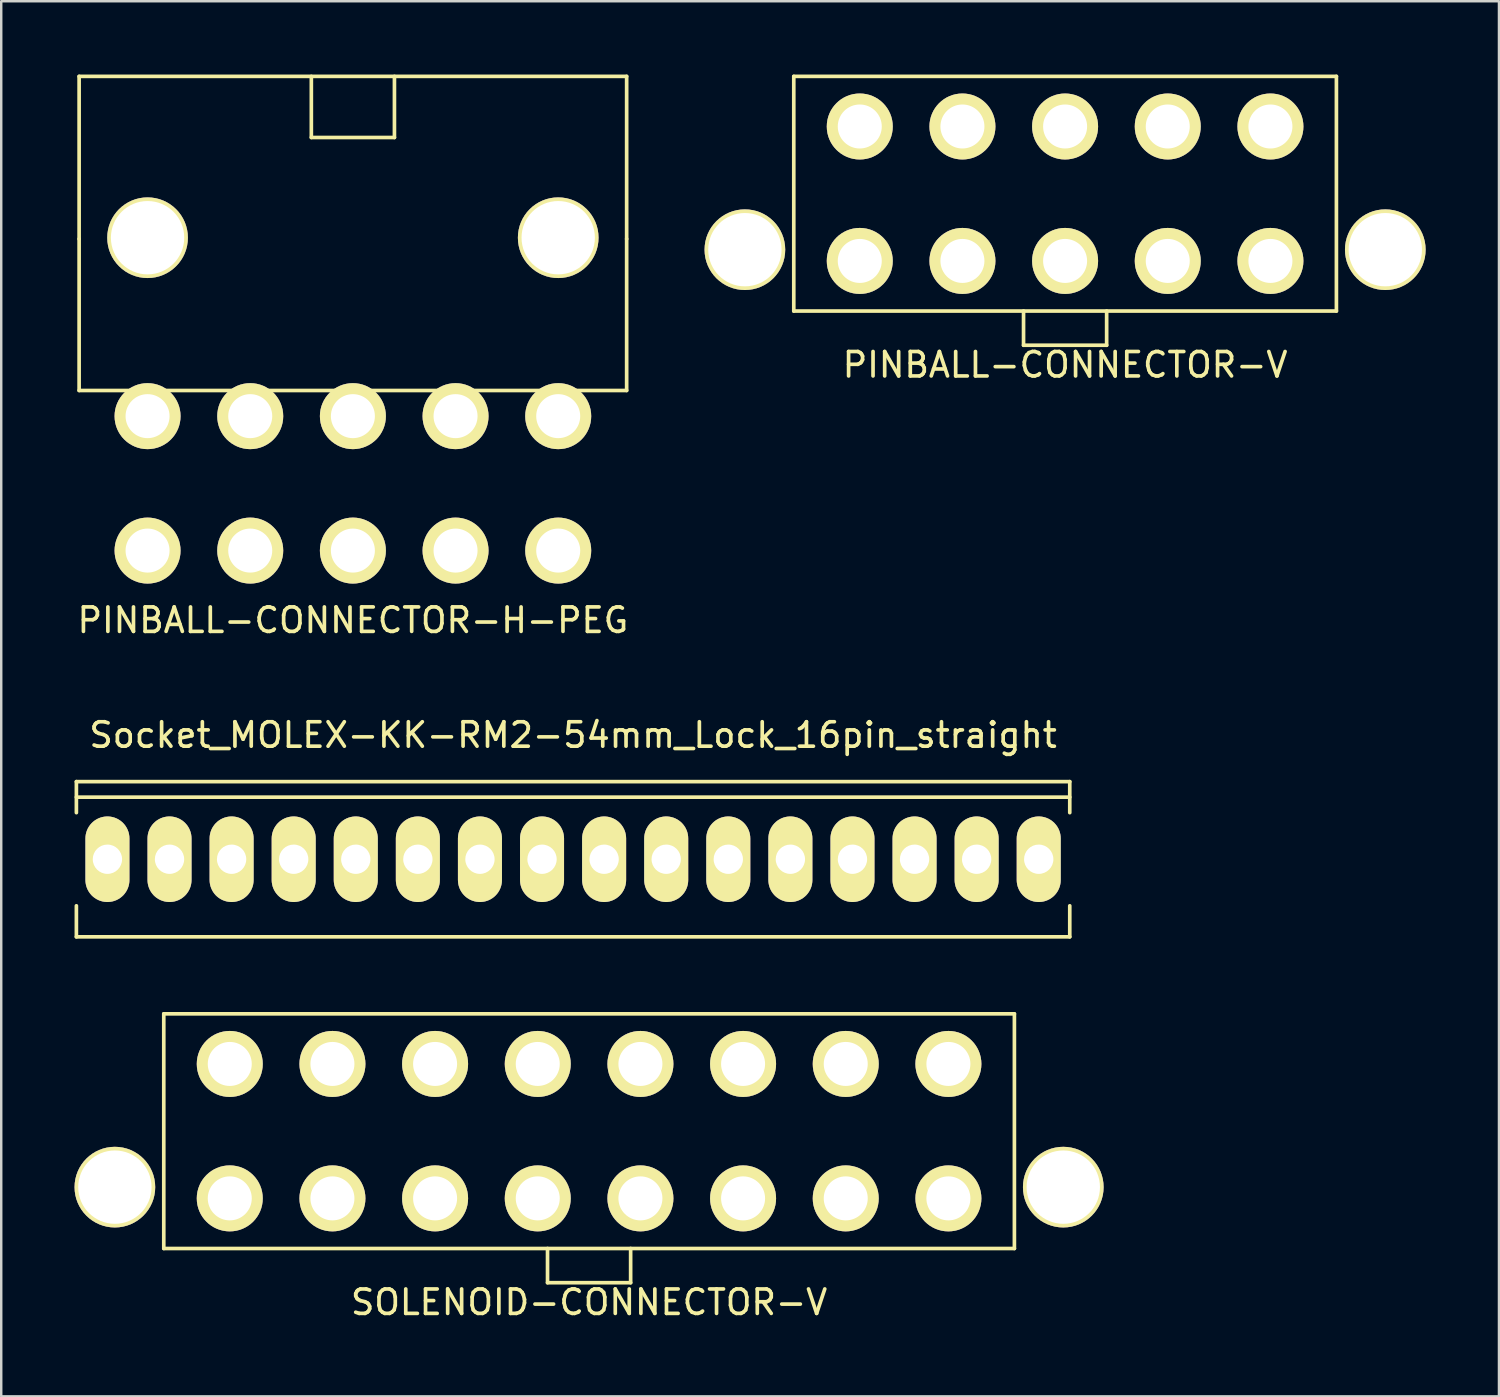
<source format=kicad_pcb>
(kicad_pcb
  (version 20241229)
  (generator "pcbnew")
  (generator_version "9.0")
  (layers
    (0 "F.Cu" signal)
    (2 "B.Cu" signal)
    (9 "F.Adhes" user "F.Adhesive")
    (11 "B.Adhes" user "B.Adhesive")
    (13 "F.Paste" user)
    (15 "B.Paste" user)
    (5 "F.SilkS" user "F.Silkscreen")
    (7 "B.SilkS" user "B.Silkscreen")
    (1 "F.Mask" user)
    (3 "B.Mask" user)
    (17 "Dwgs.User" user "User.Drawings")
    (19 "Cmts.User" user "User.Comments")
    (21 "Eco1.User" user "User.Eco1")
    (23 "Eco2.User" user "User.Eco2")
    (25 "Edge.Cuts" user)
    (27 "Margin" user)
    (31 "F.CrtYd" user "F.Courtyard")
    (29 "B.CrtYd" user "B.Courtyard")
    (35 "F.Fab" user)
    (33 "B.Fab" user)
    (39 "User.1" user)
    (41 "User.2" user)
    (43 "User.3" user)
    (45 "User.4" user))
  (footprint "PINBALL-CONNECTOR-V"
    (layer "F.Cu")
    (at 40.524 4.875)
    (property "Reference" "PINBALL-CONNECTOR-V" (at 0 7 0) (layer "F.SilkS") (effects (font (size 1 1) (thickness 0.15))))
    (attr through_hole)
    (fp_line (start -11.1 -4.8) (end 11.1 -4.8) (stroke (width 0.15) (type solid)) (layer "F.SilkS"))
    (fp_line (start -11.1 4.8) (end -11.1 -4.8) (stroke (width 0.15) (type solid)) (layer "F.SilkS"))
    (fp_line (start -1.7 4.8) (end -1.7 6.2) (stroke (width 0.15) (type solid)) (layer "F.SilkS"))
    (fp_line (start -1.7 6.2) (end 1.7 6.2) (stroke (width 0.15) (type solid)) (layer "F.SilkS"))
    (fp_line (start 1.7 6.2) (end 1.7 4.8) (stroke (width 0.15) (type solid)) (layer "F.SilkS"))
    (fp_line (start 11.1 -4.8) (end 11.1 4.8) (stroke (width 0.15) (type solid)) (layer "F.SilkS"))
    (fp_line (start 11.1 4.8) (end -11.1 4.8) (stroke (width 0.15) (type solid)) (layer "F.SilkS"))
    (pad "" np_thru_hole circle (at -13.1 2.29 180) (size 3.3 3.3) (drill 3) (layers "*.Cu" "*.Mask" "F.SilkS"))
    (pad "" np_thru_hole circle (at 13.1 2.29 180) (size 3.3 3.3) (drill 3) (layers "*.Cu" "*.Mask" "F.SilkS"))
    (pad "1" thru_hole circle (at -8.4 -2.75 180) (size 2.7 2.7) (drill 1.8) (layers "*.Cu" "*.Mask" "F.SilkS"))
    (pad "2" thru_hole circle (at -4.2 -2.75 180) (size 2.7 2.7) (drill 1.8) (layers "*.Cu" "*.Mask" "F.SilkS"))
    (pad "3" thru_hole circle (at 0 -2.75 180) (size 2.7 2.7) (drill 1.8) (layers "*.Cu" "*.Mask" "F.SilkS"))
    (pad "4" thru_hole circle (at 4.2 -2.75 180) (size 2.7 2.7) (drill 1.8) (layers "*.Cu" "*.Mask" "F.SilkS"))
    (pad "5" thru_hole circle (at 8.4 -2.75 180) (size 2.7 2.7) (drill 1.8) (layers "*.Cu" "*.Mask" "F.SilkS"))
    (pad "6" thru_hole circle (at -8.4 2.75 180) (size 2.7 2.7) (drill 1.8) (layers "*.Cu" "*.Mask" "F.SilkS"))
    (pad "7" thru_hole circle (at -4.2 2.75 180) (size 2.7 2.7) (drill 1.8) (layers "*.Cu" "*.Mask" "F.SilkS"))
    (pad "8" thru_hole circle (at 0 2.75 180) (size 2.7 2.7) (drill 1.8) (layers "*.Cu" "*.Mask" "F.SilkS"))
    (pad "9" thru_hole circle (at 4.2 2.75 180) (size 2.7 2.7) (drill 1.8) (layers "*.Cu" "*.Mask" "F.SilkS"))
    (pad "10" thru_hole circle (at 8.4 2.75 180) (size 2.7 2.7) (drill 1.8) (layers "*.Cu" "*.Mask" "F.SilkS")))
  (footprint "SOLENOID-CONNECTOR-V"
    (layer "F.Cu")
    (at 21.05 43.227)
    (property "Reference" "SOLENOID-CONNECTOR-V" (at 0 7 0) (layer "F.SilkS") (effects (font (size 1 1) (thickness 0.15))))
    (attr through_hole)
    (fp_line (start -17.4 -4.8) (end 17.4 -4.8) (stroke (width 0.15) (type solid)) (layer "F.SilkS"))
    (fp_line (start -17.4 4.8) (end -17.4 -4.8) (stroke (width 0.15) (type solid)) (layer "F.SilkS"))
    (fp_line (start -1.7 4.8) (end -1.7 6.2) (stroke (width 0.15) (type solid)) (layer "F.SilkS"))
    (fp_line (start -1.7 6.2) (end 1.7 6.2) (stroke (width 0.15) (type solid)) (layer "F.SilkS"))
    (fp_line (start 1.7 6.2) (end 1.7 4.8) (stroke (width 0.15) (type solid)) (layer "F.SilkS"))
    (fp_line (start 17.4 -4.8) (end 17.4 4.8) (stroke (width 0.15) (type solid)) (layer "F.SilkS"))
    (fp_line (start 17.4 4.8) (end -17.4 4.8) (stroke (width 0.15) (type solid)) (layer "F.SilkS"))
    (pad "" np_thru_hole circle (at -19.4 2.29 180) (size 3.3 3.3) (drill 3) (layers "*.Cu" "*.Mask" "F.SilkS"))
    (pad "" np_thru_hole circle (at 19.4 2.29 180) (size 3.3 3.3) (drill 3) (layers "*.Cu" "*.Mask" "F.SilkS"))
    (pad "1" thru_hole circle (at -14.7 -2.75 180) (size 2.7 2.7) (drill 1.8) (layers "*.Cu" "*.Mask" "F.SilkS"))
    (pad "2" thru_hole circle (at -10.5 -2.75 180) (size 2.7 2.7) (drill 1.8) (layers "*.Cu" "*.Mask" "F.SilkS"))
    (pad "3" thru_hole circle (at -6.3 -2.75 180) (size 2.7 2.7) (drill 1.8) (layers "*.Cu" "*.Mask" "F.SilkS"))
    (pad "4" thru_hole circle (at -2.1 -2.75 180) (size 2.7 2.7) (drill 1.8) (layers "*.Cu" "*.Mask" "F.SilkS"))
    (pad "5" thru_hole circle (at 2.1 -2.75 180) (size 2.7 2.7) (drill 1.8) (layers "*.Cu" "*.Mask" "F.SilkS"))
    (pad "6" thru_hole circle (at 6.3 -2.75 180) (size 2.7 2.7) (drill 1.8) (layers "*.Cu" "*.Mask" "F.SilkS"))
    (pad "7" thru_hole circle (at 10.5 -2.75 180) (size 2.7 2.7) (drill 1.8) (layers "*.Cu" "*.Mask" "F.SilkS"))
    (pad "8" thru_hole circle (at 14.7 -2.75 180) (size 2.7 2.7) (drill 1.8) (layers "*.Cu" "*.Mask" "F.SilkS"))
    (pad "9" thru_hole circle (at -14.7 2.75 180) (size 2.7 2.7) (drill 1.8) (layers "*.Cu" "*.Mask" "F.SilkS"))
    (pad "10" thru_hole circle (at -10.5 2.75 180) (size 2.7 2.7) (drill 1.8) (layers "*.Cu" "*.Mask" "F.SilkS"))
    (pad "11" thru_hole circle (at -6.3 2.75 180) (size 2.7 2.7) (drill 1.8) (layers "*.Cu" "*.Mask" "F.SilkS"))
    (pad "12" thru_hole circle (at -2.1 2.75 180) (size 2.7 2.7) (drill 1.8) (layers "*.Cu" "*.Mask" "F.SilkS"))
    (pad "13" thru_hole circle (at 2.1 2.75 180) (size 2.7 2.7) (drill 1.8) (layers "*.Cu" "*.Mask" "F.SilkS"))
    (pad "14" thru_hole circle (at 6.3 2.75 180) (size 2.7 2.7) (drill 1.8) (layers "*.Cu" "*.Mask" "F.SilkS"))
    (pad "15" thru_hole circle (at 10.5 2.75 180) (size 2.7 2.7) (drill 1.8) (layers "*.Cu" "*.Mask" "F.SilkS"))
    (pad "16" thru_hole circle (at 14.7 2.75 180) (size 2.7 2.7) (drill 1.8) (layers "*.Cu" "*.Mask" "F.SilkS")))
  (footprint "PINBALL-CONNECTOR-H-PEG"
    (layer "F.Cu")
    (at 11.387 9.825)
    (property "Reference" "PINBALL-CONNECTOR-H-PEG" (at 0 12.5 0) (layer "F.SilkS") (effects (font (size 1 1) (thickness 0.15))))
    (attr through_hole)
    (fp_line (start -11.2 -9.75) (end 11.2 -9.75) (stroke (width 0.15) (type solid)) (layer "F.SilkS"))
    (fp_line (start -11.2 -3.1) (end -11.2 -9.75) (stroke (width 0.15) (type solid)) (layer "F.SilkS"))
    (fp_line (start -11.2 -3.1) (end -11.2 3.1) (stroke (width 0.15) (type solid)) (layer "F.SilkS"))
    (fp_line (start -11.2 3.1) (end 11.2 3.1) (stroke (width 0.15) (type solid)) (layer "F.SilkS"))
    (fp_line (start -1.7 -9.75) (end -1.7 -7.25) (stroke (width 0.15) (type solid)) (layer "F.SilkS"))
    (fp_line (start -1.7 -7.25) (end 1.7 -7.25) (stroke (width 0.15) (type solid)) (layer "F.SilkS"))
    (fp_line (start 1.7 -9.75) (end 1.7 -7.25) (stroke (width 0.15) (type solid)) (layer "F.SilkS"))
    (fp_line (start 11.2 -9.75) (end 11.2 -3.1) (stroke (width 0.15) (type solid)) (layer "F.SilkS"))
    (fp_line (start 11.2 3.1) (end 11.2 -3.1) (stroke (width 0.15) (type solid)) (layer "F.SilkS"))
    (pad "" np_thru_hole circle (at -8.4 -3.15 180) (size 3.3 3.3) (drill 3) (layers "*.Cu" "*.Mask" "F.SilkS"))
    (pad "" np_thru_hole circle (at 8.4 -3.15 180) (size 3.3 3.3) (drill 3) (layers "*.Cu" "*.Mask" "F.SilkS"))
    (pad "1" thru_hole circle (at -8.4 4.15 180) (size 2.7 2.7) (drill 1.8) (layers "*.Cu" "*.Mask" "F.SilkS"))
    (pad "2" thru_hole circle (at -4.2 4.15 180) (size 2.7 2.7) (drill 1.8) (layers "*.Cu" "*.Mask" "F.SilkS"))
    (pad "3" thru_hole circle (at 0 4.15 180) (size 2.7 2.7) (drill 1.8) (layers "*.Cu" "*.Mask" "F.SilkS"))
    (pad "4" thru_hole circle (at 4.2 4.15 180) (size 2.7 2.7) (drill 1.8) (layers "*.Cu" "*.Mask" "F.SilkS"))
    (pad "5" thru_hole circle (at 8.4 4.15 180) (size 2.7 2.7) (drill 1.8) (layers "*.Cu" "*.Mask" "F.SilkS"))
    (pad "6" thru_hole circle (at -8.4 9.65 180) (size 2.7 2.7) (drill 1.8) (layers "*.Cu" "*.Mask" "F.SilkS"))
    (pad "7" thru_hole circle (at -4.2 9.65 180) (size 2.7 2.7) (drill 1.8) (layers "*.Cu" "*.Mask" "F.SilkS"))
    (pad "8" thru_hole circle (at 0 9.65 180) (size 2.7 2.7) (drill 1.8) (layers "*.Cu" "*.Mask" "F.SilkS"))
    (pad "9" thru_hole circle (at 4.2 9.65 180) (size 2.7 2.7) (drill 1.8) (layers "*.Cu" "*.Mask" "F.SilkS"))
    (pad "10" thru_hole circle (at 8.4 9.65 180) (size 2.7 2.7) (drill 1.8) (layers "*.Cu" "*.Mask" "F.SilkS")))
  (footprint "Socket_MOLEX-KK-RM2-54mm_Lock_16pin_straight"
    (layer "F.Cu")
    (at 20.395 32.102)
    (property "Reference" "Socket_MOLEX-KK-RM2-54mm_Lock_16pin_straight" (at 0 -5.08 0) (layer "F.SilkS") (effects (font (size 1 1) (thickness 0.15))))
    (attr through_hole)
    (fp_line (start -20.32 -2.54) (end 20.32 -2.54) (stroke (width 0.15) (type solid)) (layer "F.SilkS"))
    (fp_line (start -20.32 -1.905) (end -20.32 -3.175) (stroke (width 0.15) (type solid)) (layer "F.SilkS"))
    (fp_line (start -20.32 3.175) (end -20.32 1.905) (stroke (width 0.15) (type solid)) (layer "F.SilkS"))
    (fp_line (start -20.32 3.175) (end 20.32 3.175) (stroke (width 0.15) (type solid)) (layer "F.SilkS"))
    (fp_line (start 20.32 -3.175) (end -20.32 -3.175) (stroke (width 0.15) (type solid)) (layer "F.SilkS"))
    (fp_line (start 20.32 -3.175) (end 20.32 -1.905) (stroke (width 0.15) (type solid)) (layer "F.SilkS"))
    (fp_line (start 20.32 3.175) (end 20.32 1.905) (stroke (width 0.15) (type solid)) (layer "F.SilkS"))
    (pad "1" thru_hole oval (at -19.05 0) (size 1.801 3.5) (drill 1.199) (layers "*.Cu" "*.Mask" "F.SilkS"))
    (pad "2" thru_hole oval (at -16.51 0) (size 1.801 3.5) (drill 1.199) (layers "*.Cu" "*.Mask" "F.SilkS"))
    (pad "3" thru_hole oval (at -13.97 0) (size 1.801 3.5) (drill 1.199) (layers "*.Cu" "*.Mask" "F.SilkS"))
    (pad "4" thru_hole oval (at -11.43 0) (size 1.801 3.5) (drill 1.199) (layers "*.Cu" "*.Mask" "F.SilkS"))
    (pad "5" thru_hole oval (at -8.89 0) (size 1.801 3.5) (drill 1.199) (layers "*.Cu" "*.Mask" "F.SilkS"))
    (pad "6" thru_hole oval (at -6.35 0) (size 1.801 3.5) (drill 1.199) (layers "*.Cu" "*.Mask" "F.SilkS"))
    (pad "7" thru_hole oval (at -3.81 0) (size 1.801 3.5) (drill 1.199) (layers "*.Cu" "*.Mask" "F.SilkS"))
    (pad "8" thru_hole oval (at -1.27 0) (size 1.801 3.5) (drill 1.199) (layers "*.Cu" "*.Mask" "F.SilkS"))
    (pad "9" thru_hole oval (at 1.27 0) (size 1.801 3.5) (drill 1.199) (layers "*.Cu" "*.Mask" "F.SilkS"))
    (pad "10" thru_hole oval (at 3.81 0) (size 1.801 3.5) (drill 1.199) (layers "*.Cu" "*.Mask" "F.SilkS"))
    (pad "11" thru_hole oval (at 6.35 0) (size 1.801 3.5) (drill 1.199) (layers "*.Cu" "*.Mask" "F.SilkS"))
    (pad "12" thru_hole oval (at 8.89 0) (size 1.801 3.5) (drill 1.199) (layers "*.Cu" "*.Mask" "F.SilkS"))
    (pad "13" thru_hole oval (at 11.43 0) (size 1.801 3.5) (drill 1.199) (layers "*.Cu" "*.Mask" "F.SilkS"))
    (pad "14" thru_hole oval (at 13.97 0) (size 1.801 3.5) (drill 1.199) (layers "*.Cu" "*.Mask" "F.SilkS"))
    (pad "15" thru_hole oval (at 16.51 0) (size 1.801 3.5) (drill 1.199) (layers "*.Cu" "*.Mask" "F.SilkS"))
    (pad "16" thru_hole oval (at 19.05 0) (size 1.801 3.5) (drill 1.199) (layers "*.Cu" "*.Mask" "F.SilkS")))
  (gr_rect
    (start -3 -3)
    (end 58.274 54.075)
    (stroke (width 0.1) (type default))
    (fill no)
    (layer "Edge.Cuts")))
</source>
